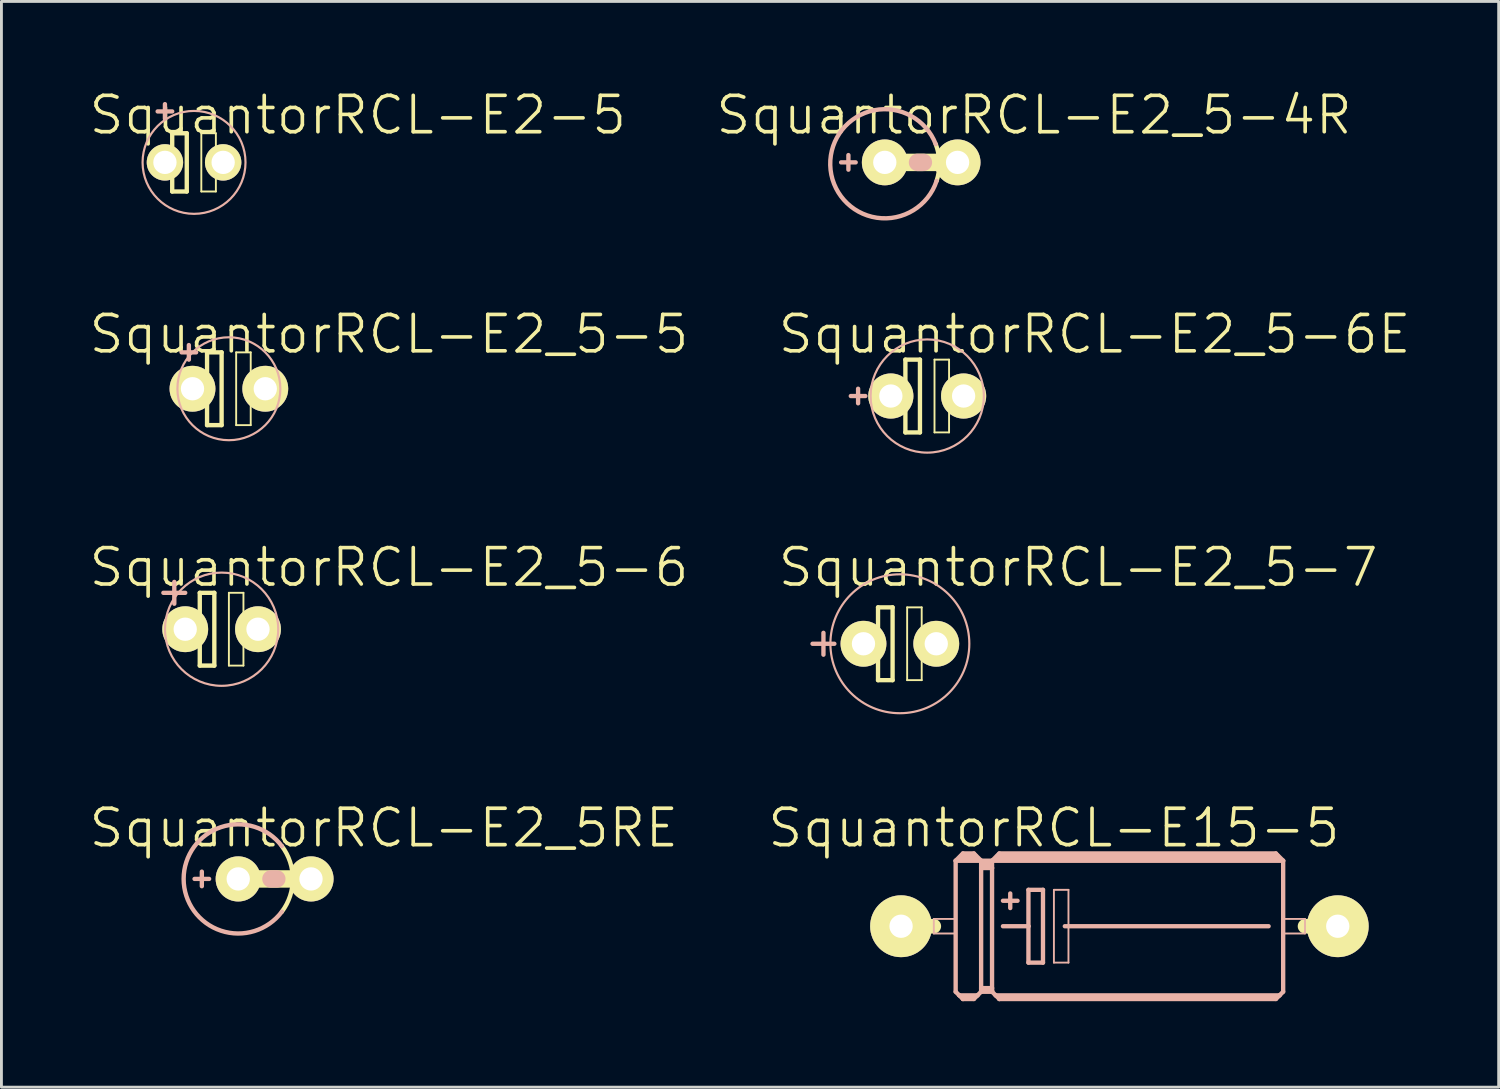
<source format=kicad_pcb>
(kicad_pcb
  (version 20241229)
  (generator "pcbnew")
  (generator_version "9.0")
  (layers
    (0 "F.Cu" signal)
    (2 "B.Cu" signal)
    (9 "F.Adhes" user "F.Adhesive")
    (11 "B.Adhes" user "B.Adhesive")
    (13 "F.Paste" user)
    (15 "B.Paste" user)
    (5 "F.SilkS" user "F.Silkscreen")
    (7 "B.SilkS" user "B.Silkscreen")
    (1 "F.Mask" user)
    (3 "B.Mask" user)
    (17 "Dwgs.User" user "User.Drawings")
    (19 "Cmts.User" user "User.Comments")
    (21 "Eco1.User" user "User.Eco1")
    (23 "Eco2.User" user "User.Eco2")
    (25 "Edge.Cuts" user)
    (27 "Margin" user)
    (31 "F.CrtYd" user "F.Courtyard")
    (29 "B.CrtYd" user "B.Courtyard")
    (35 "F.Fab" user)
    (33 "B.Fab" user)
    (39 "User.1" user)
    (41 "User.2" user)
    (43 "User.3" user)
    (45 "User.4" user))
  (footprint "SquantorRCL-E2_5-6E"
    (layer "F.Cu")
    (at 29.31 10.771)
    (property "Reference" "SquantorRCL-E2_5-6E" (at 5.842 -2.159 0) (layer "F.SilkS") (effects (font (size 1.27 1.27) (thickness 0.127))))
    (attr exclude_from_pos_files exclude_from_bom)
    (fp_line (start -1.651 0) (end -0.762 0) (stroke (width 0.152) (type solid)) (layer "F.SilkS"))
    (fp_line (start -0.762 -1.27) (end -0.762 0) (stroke (width 0.152) (type solid)) (layer "F.SilkS"))
    (fp_line (start -0.762 0) (end -0.762 1.27) (stroke (width 0.152) (type solid)) (layer "F.SilkS"))
    (fp_line (start -0.762 1.27) (end -0.254 1.27) (stroke (width 0.152) (type solid)) (layer "F.SilkS"))
    (fp_line (start -0.254 -1.27) (end -0.762 -1.27) (stroke (width 0.152) (type solid)) (layer "F.SilkS"))
    (fp_line (start -0.254 1.27) (end -0.254 -1.27) (stroke (width 0.152) (type solid)) (layer "F.SilkS"))
    (fp_line (start 0.254 -1.27) (end 0.762 -1.27) (stroke (width 0.066) (type solid)) (layer "F.SilkS"))
    (fp_line (start 0.254 1.27) (end 0.254 -1.27) (stroke (width 0.066) (type solid)) (layer "F.SilkS"))
    (fp_line (start 0.254 1.27) (end 0.762 1.27) (stroke (width 0.066) (type solid)) (layer "F.SilkS"))
    (fp_line (start 0.635 0) (end 1.651 0) (stroke (width 0.152) (type solid)) (layer "F.SilkS"))
    (fp_line (start 0.762 1.27) (end 0.762 -1.27) (stroke (width 0.066) (type solid)) (layer "F.SilkS"))
    (fp_line (start -2.413 0.254) (end -2.413 -0.254) (stroke (width 0.152) (type solid)) (layer "B.SilkS"))
    (fp_line (start -2.159 0) (end -2.667 0) (stroke (width 0.152) (type solid)) (layer "B.SilkS"))
    (fp_circle (center 0 0) (end -1.397 1.397) (stroke (width 0.076) (type solid)) (fill no) (layer "B.SilkS"))
    (pad "+" thru_hole circle (at -1.27 0) (size 1.575 1.575) (drill 0.813) (layers "*.Cu" "F.Mask" "F.SilkS" "F.Paste"))
    (pad "-" thru_hole circle (at 1.27 0) (size 1.575 1.575) (drill 0.813) (layers "*.Cu" "F.Mask" "F.SilkS" "F.Paste")))
  (footprint "SquantorRCL-E2_5RE"
    (layer "F.Cu")
    (at 6.534 27.624)
    (property "Reference" "SquantorRCL-E2_5RE" (at 3.81 -1.778 0) (layer "F.SilkS") (effects (font (size 1.27 1.27) (thickness 0.127))))
    (attr exclude_from_pos_files exclude_from_bom)
    (fp_line (start 1.27 0) (end -1.27 0) (stroke (width 0.61) (type solid)) (layer "F.SilkS"))
    (fp_arc (start 0.254 -1.143) (mid 0.635 -0.000662) (end 0.254794 1.141941) (stroke (width 0.1524) (type solid)) (layer "F.SilkS"))
    (fp_line (start -2.794 0) (end -2.286 0) (stroke (width 0.152) (type solid)) (layer "B.SilkS"))
    (fp_line (start -2.54 0.254) (end -2.54 -0.254) (stroke (width 0.152) (type solid)) (layer "B.SilkS"))
    (fp_line (start -0.127 0) (end 0.076 0) (stroke (width 0.61) (type solid)) (layer "B.SilkS"))
    (fp_arc (start 0.254 1.143) (mid -3.175 0.001001) (end 0.252798 -1.144601) (stroke (width 0.1524) (type solid)) (layer "B.SilkS"))
    (pad "+" thru_hole circle (at -1.27 0) (size 1.575 1.575) (drill 0.813) (layers "*.Cu" "F.Mask" "F.SilkS" "F.Paste"))
    (pad "-" thru_hole circle (at 1.27 0) (size 1.575 1.575) (drill 0.813) (layers "*.Cu" "F.Mask" "F.SilkS" "F.Paste")))
  (footprint "SquantorRCL-E2-5"
    (layer "F.Cu")
    (at 3.722 2.617)
    (property "Reference" "SquantorRCL-E2-5" (at 5.715 -1.651 0) (layer "F.SilkS") (effects (font (size 1.27 1.27) (thickness 0.127))))
    (attr exclude_from_pos_files exclude_from_bom)
    (fp_line (start -1.524 0) (end -0.762 0) (stroke (width 0.152) (type solid)) (layer "F.SilkS"))
    (fp_line (start -0.762 -1.016) (end -0.762 0) (stroke (width 0.152) (type solid)) (layer "F.SilkS"))
    (fp_line (start -0.762 0) (end -0.762 1.016) (stroke (width 0.152) (type solid)) (layer "F.SilkS"))
    (fp_line (start -0.762 1.016) (end -0.254 1.016) (stroke (width 0.152) (type solid)) (layer "F.SilkS"))
    (fp_line (start -0.254 -1.016) (end -0.762 -1.016) (stroke (width 0.152) (type solid)) (layer "F.SilkS"))
    (fp_line (start -0.254 1.016) (end -0.254 -1.016) (stroke (width 0.152) (type solid)) (layer "F.SilkS"))
    (fp_line (start 0.254 -1.016) (end 0.762 -1.016) (stroke (width 0.066) (type solid)) (layer "F.SilkS"))
    (fp_line (start 0.254 1.016) (end 0.254 -1.016) (stroke (width 0.066) (type solid)) (layer "F.SilkS"))
    (fp_line (start 0.254 1.016) (end 0.762 1.016) (stroke (width 0.066) (type solid)) (layer "F.SilkS"))
    (fp_line (start 0.635 0) (end 1.524 0) (stroke (width 0.152) (type solid)) (layer "F.SilkS"))
    (fp_line (start 0.762 1.016) (end 0.762 -1.016) (stroke (width 0.066) (type solid)) (layer "F.SilkS"))
    (fp_line (start -1.27 -1.778) (end -0.762 -1.778) (stroke (width 0.152) (type solid)) (layer "B.SilkS"))
    (fp_line (start -1.016 -1.524) (end -1.016 -2.032) (stroke (width 0.152) (type solid)) (layer "B.SilkS"))
    (fp_circle (center 0 0) (end -1.27 1.27) (stroke (width 0.076) (type solid)) (fill no) (layer "B.SilkS"))
    (pad "+" thru_hole circle (at -1.016 0) (size 1.27 1.27) (drill 0.813) (layers "*.Cu" "F.Mask" "F.SilkS" "F.Paste"))
    (pad "-" thru_hole circle (at 1.016 0) (size 1.27 1.27) (drill 0.813) (layers "*.Cu" "F.Mask" "F.SilkS" "F.Paste")))
  (footprint "SquantorRCL-E15-5"
    (layer "F.Cu")
    (at 36.017 29.275)
    (property "Reference" "SquantorRCL-E15-5" (at -2.286 -3.429 0) (layer "F.SilkS") (effects (font (size 1.27 1.27) (thickness 0.127))))
    (attr exclude_from_pos_files exclude_from_bom)
    (fp_line (start -7.62 0) (end -6.477 0) (stroke (width 0.508) (type solid)) (layer "F.SilkS"))
    (fp_line (start 7.62 0) (end 6.477 0) (stroke (width 0.508) (type solid)) (layer "F.SilkS"))
    (fp_line (start -6.477 -0.254) (end -5.715 -0.254) (stroke (width 0.066) (type solid)) (layer "B.SilkS"))
    (fp_line (start -6.477 0.254) (end -6.477 -0.254) (stroke (width 0.066) (type solid)) (layer "B.SilkS"))
    (fp_line (start -6.477 0.254) (end -5.715 0.254) (stroke (width 0.066) (type solid)) (layer "B.SilkS"))
    (fp_line (start -5.715 -2.286) (end -4.826 -2.286) (stroke (width 0.152) (type solid)) (layer "B.SilkS"))
    (fp_line (start -5.715 0.254) (end -5.715 -0.254) (stroke (width 0.066) (type solid)) (layer "B.SilkS"))
    (fp_line (start -5.715 2.286) (end -5.715 -2.286) (stroke (width 0.152) (type solid)) (layer "B.SilkS"))
    (fp_line (start -5.715 2.286) (end -5.588 2.413) (stroke (width 0.152) (type solid)) (layer "B.SilkS"))
    (fp_line (start -5.588 2.413) (end -5.461 2.54) (stroke (width 0.152) (type solid)) (layer "B.SilkS"))
    (fp_line (start -5.588 2.413) (end -4.953 2.413) (stroke (width 0.152) (type solid)) (layer "B.SilkS"))
    (fp_line (start -5.461 -2.54) (end -5.715 -2.286) (stroke (width 0.152) (type solid)) (layer "B.SilkS"))
    (fp_line (start -5.461 -2.54) (end -5.08 -2.54) (stroke (width 0.152) (type solid)) (layer "B.SilkS"))
    (fp_line (start -5.461 -2.413) (end -5.08 -2.413) (stroke (width 0.305) (type solid)) (layer "B.SilkS"))
    (fp_line (start -5.461 2.489) (end -5.461 2.54) (stroke (width 0.152) (type solid)) (layer "B.SilkS"))
    (fp_line (start -5.461 2.54) (end -5.08 2.54) (stroke (width 0.152) (type solid)) (layer "B.SilkS"))
    (fp_line (start -5.08 -2.54) (end -4.826 -2.286) (stroke (width 0.152) (type solid)) (layer "B.SilkS"))
    (fp_line (start -5.08 2.489) (end -5.461 2.489) (stroke (width 0.152) (type solid)) (layer "B.SilkS"))
    (fp_line (start -5.08 2.54) (end -4.953 2.413) (stroke (width 0.152) (type solid)) (layer "B.SilkS"))
    (fp_line (start -4.953 2.413) (end -4.826 2.286) (stroke (width 0.152) (type solid)) (layer "B.SilkS"))
    (fp_line (start -4.826 -2.286) (end -4.826 -2.032) (stroke (width 0.152) (type solid)) (layer "B.SilkS"))
    (fp_line (start -4.826 -2.286) (end -4.445 -2.286) (stroke (width 0.152) (type solid)) (layer "B.SilkS"))
    (fp_line (start -4.826 -2.032) (end -4.826 2.159) (stroke (width 0.152) (type solid)) (layer "B.SilkS"))
    (fp_line (start -4.826 -2.032) (end -4.445 -2.032) (stroke (width 0.152) (type solid)) (layer "B.SilkS"))
    (fp_line (start -4.826 2.159) (end -4.826 2.235) (stroke (width 0.152) (type solid)) (layer "B.SilkS"))
    (fp_line (start -4.826 2.159) (end -4.445 2.159) (stroke (width 0.152) (type solid)) (layer "B.SilkS"))
    (fp_line (start -4.826 2.235) (end -4.826 2.286) (stroke (width 0.152) (type solid)) (layer "B.SilkS"))
    (fp_line (start -4.826 2.286) (end -4.445 2.286) (stroke (width 0.152) (type solid)) (layer "B.SilkS"))
    (fp_line (start -4.699 -2.159) (end -4.572 -2.159) (stroke (width 0.305) (type solid)) (layer "B.SilkS"))
    (fp_line (start -4.445 -2.286) (end -4.445 -2.032) (stroke (width 0.152) (type solid)) (layer "B.SilkS"))
    (fp_line (start -4.445 -2.286) (end -4.191 -2.54) (stroke (width 0.152) (type solid)) (layer "B.SilkS"))
    (fp_line (start -4.445 -2.286) (end 5.715 -2.286) (stroke (width 0.152) (type solid)) (layer "B.SilkS"))
    (fp_line (start -4.445 -2.032) (end -4.445 2.159) (stroke (width 0.152) (type solid)) (layer "B.SilkS"))
    (fp_line (start -4.445 2.159) (end -4.445 2.235) (stroke (width 0.152) (type solid)) (layer "B.SilkS"))
    (fp_line (start -4.445 2.235) (end -4.826 2.235) (stroke (width 0.152) (type solid)) (layer "B.SilkS"))
    (fp_line (start -4.445 2.235) (end -4.445 2.286) (stroke (width 0.152) (type solid)) (layer "B.SilkS"))
    (fp_line (start -4.445 2.286) (end -4.318 2.413) (stroke (width 0.152) (type solid)) (layer "B.SilkS"))
    (fp_line (start -4.318 2.413) (end -4.191 2.54) (stroke (width 0.152) (type solid)) (layer "B.SilkS"))
    (fp_line (start -4.318 2.413) (end 5.588 2.413) (stroke (width 0.152) (type solid)) (layer "B.SilkS"))
    (fp_line (start -4.191 -2.54) (end 5.461 -2.54) (stroke (width 0.152) (type solid)) (layer "B.SilkS"))
    (fp_line (start -4.191 -2.413) (end 5.461 -2.413) (stroke (width 0.305) (type solid)) (layer "B.SilkS"))
    (fp_line (start -4.191 2.489) (end -4.191 2.54) (stroke (width 0.152) (type solid)) (layer "B.SilkS"))
    (fp_line (start -4.191 2.54) (end 5.461 2.54) (stroke (width 0.152) (type solid)) (layer "B.SilkS"))
    (fp_line (start -4.064 -0.889) (end -3.556 -0.889) (stroke (width 0.152) (type solid)) (layer "B.SilkS"))
    (fp_line (start -4.064 0) (end -3.175 0) (stroke (width 0.152) (type solid)) (layer "B.SilkS"))
    (fp_line (start -3.81 -1.143) (end -3.81 -0.635) (stroke (width 0.152) (type solid)) (layer "B.SilkS"))
    (fp_line (start -3.175 -1.27) (end -3.175 0) (stroke (width 0.152) (type solid)) (layer "B.SilkS"))
    (fp_line (start -3.175 0) (end -3.175 1.27) (stroke (width 0.152) (type solid)) (layer "B.SilkS"))
    (fp_line (start -3.175 1.27) (end -2.667 1.27) (stroke (width 0.152) (type solid)) (layer "B.SilkS"))
    (fp_line (start -2.667 -1.27) (end -3.175 -1.27) (stroke (width 0.152) (type solid)) (layer "B.SilkS"))
    (fp_line (start -2.667 1.27) (end -2.667 -1.27) (stroke (width 0.152) (type solid)) (layer "B.SilkS"))
    (fp_line (start -2.286 -1.27) (end -1.778 -1.27) (stroke (width 0.066) (type solid)) (layer "B.SilkS"))
    (fp_line (start -2.286 1.27) (end -2.286 -1.27) (stroke (width 0.066) (type solid)) (layer "B.SilkS"))
    (fp_line (start -2.286 1.27) (end -1.778 1.27) (stroke (width 0.066) (type solid)) (layer "B.SilkS"))
    (fp_line (start -1.905 0) (end 5.207 0) (stroke (width 0.152) (type solid)) (layer "B.SilkS"))
    (fp_line (start -1.778 1.27) (end -1.778 -1.27) (stroke (width 0.066) (type solid)) (layer "B.SilkS"))
    (fp_line (start 5.461 2.489) (end -4.191 2.489) (stroke (width 0.152) (type solid)) (layer "B.SilkS"))
    (fp_line (start 5.588 2.413) (end 5.461 2.54) (stroke (width 0.152) (type solid)) (layer "B.SilkS"))
    (fp_line (start 5.715 -2.286) (end 5.461 -2.54) (stroke (width 0.152) (type solid)) (layer "B.SilkS"))
    (fp_line (start 5.715 -2.286) (end 5.715 2.286) (stroke (width 0.152) (type solid)) (layer "B.SilkS"))
    (fp_line (start 5.715 -0.254) (end 6.477 -0.254) (stroke (width 0.066) (type solid)) (layer "B.SilkS"))
    (fp_line (start 5.715 0.254) (end 5.715 -0.254) (stroke (width 0.066) (type solid)) (layer "B.SilkS"))
    (fp_line (start 5.715 0.254) (end 6.477 0.254) (stroke (width 0.066) (type solid)) (layer "B.SilkS"))
    (fp_line (start 5.715 2.286) (end 5.588 2.413) (stroke (width 0.152) (type solid)) (layer "B.SilkS"))
    (fp_line (start 6.477 0.254) (end 6.477 -0.254) (stroke (width 0.066) (type solid)) (layer "B.SilkS"))
    (pad "+" thru_hole circle (at -7.62 0) (size 2.159 2.159) (drill 0.813) (layers "*.Cu" "F.Mask" "F.SilkS" "F.Paste"))
    (pad "-" thru_hole circle (at 7.62 0) (size 2.159 2.159) (drill 0.813) (layers "*.Cu" "F.Mask" "F.SilkS" "F.Paste")))
  (footprint "SquantorRCL-E2_5-4R"
    (layer "F.Cu")
    (at 29.099 2.617)
    (property "Reference" "SquantorRCL-E2_5-4R" (at 3.937 -1.651 0) (layer "F.SilkS") (effects (font (size 1.27 1.27) (thickness 0.127))))
    (attr exclude_from_pos_files exclude_from_bom)
    (fp_line (start 1.27 0) (end -1.27 0) (stroke (width 0.61) (type solid)) (layer "F.SilkS"))
    (fp_arc (start 0.508 -0.635) (mid 0.634179 0.001023) (end 0.539692 0.64252) (stroke (width 0.1524) (type solid)) (layer "F.SilkS"))
    (fp_line (start -2.794 0) (end -2.286 0) (stroke (width 0.152) (type solid)) (layer "B.SilkS"))
    (fp_line (start -2.54 0.254) (end -2.54 -0.254) (stroke (width 0.152) (type solid)) (layer "B.SilkS"))
    (fp_line (start -0.127 0) (end 0.076 0) (stroke (width 0.61) (type solid)) (layer "B.SilkS"))
    (fp_arc (start 0.53848 0.64516) (mid -3.173884 0.094265) (end 0.50754 -0.635291) (stroke (width 0.1524) (type solid)) (layer "B.SilkS"))
    (pad "+" thru_hole circle (at -1.27 0) (size 1.6 1.6) (drill 0.813) (layers "*.Cu" "F.Mask" "F.SilkS" "F.Paste"))
    (pad "-" thru_hole circle (at 1.27 0) (size 1.6 1.6) (drill 0.813) (layers "*.Cu" "F.Mask" "F.SilkS" "F.Paste")))
  (footprint "SquantorRCL-E2_5-7"
    (layer "F.Cu")
    (at 28.355 19.417)
    (property "Reference" "SquantorRCL-E2_5-7" (at 6.223 -2.667 0) (layer "F.SilkS") (effects (font (size 1.27 1.27) (thickness 0.127))))
    (attr exclude_from_pos_files exclude_from_bom)
    (fp_line (start -1.651 0) (end -0.762 0) (stroke (width 0.152) (type solid)) (layer "F.SilkS"))
    (fp_line (start -0.762 -1.27) (end -0.762 0) (stroke (width 0.152) (type solid)) (layer "F.SilkS"))
    (fp_line (start -0.762 0) (end -0.762 1.27) (stroke (width 0.152) (type solid)) (layer "F.SilkS"))
    (fp_line (start -0.762 1.27) (end -0.254 1.27) (stroke (width 0.152) (type solid)) (layer "F.SilkS"))
    (fp_line (start -0.254 -1.27) (end -0.762 -1.27) (stroke (width 0.152) (type solid)) (layer "F.SilkS"))
    (fp_line (start -0.254 1.27) (end -0.254 -1.27) (stroke (width 0.152) (type solid)) (layer "F.SilkS"))
    (fp_line (start 0.254 -1.27) (end 0.762 -1.27) (stroke (width 0.066) (type solid)) (layer "F.SilkS"))
    (fp_line (start 0.254 1.27) (end 0.254 -1.27) (stroke (width 0.066) (type solid)) (layer "F.SilkS"))
    (fp_line (start 0.254 1.27) (end 0.762 1.27) (stroke (width 0.066) (type solid)) (layer "F.SilkS"))
    (fp_line (start 0.635 0) (end 1.651 0) (stroke (width 0.152) (type solid)) (layer "F.SilkS"))
    (fp_line (start 0.762 1.27) (end 0.762 -1.27) (stroke (width 0.066) (type solid)) (layer "F.SilkS"))
    (fp_line (start -3.048 0) (end -2.286 0) (stroke (width 0.152) (type solid)) (layer "B.SilkS"))
    (fp_line (start -2.667 0.381) (end -2.667 -0.381) (stroke (width 0.152) (type solid)) (layer "B.SilkS"))
    (fp_circle (center 0 0) (end -1.714 1.714) (stroke (width 0.076) (type solid)) (fill no) (layer "B.SilkS"))
    (pad "+" thru_hole circle (at -1.27 0) (size 1.6 1.6) (drill 0.813) (layers "*.Cu" "F.Mask" "F.SilkS" "F.Paste"))
    (pad "-" thru_hole circle (at 1.27 0) (size 1.6 1.6) (drill 0.813) (layers "*.Cu" "F.Mask" "F.SilkS" "F.Paste")))
  (footprint "SquantorRCL-E2_5-6"
    (layer "F.Cu")
    (at 4.684 18.909)
    (property "Reference" "SquantorRCL-E2_5-6" (at 5.842 -2.159 0) (layer "F.SilkS") (effects (font (size 1.27 1.27) (thickness 0.127))))
    (attr exclude_from_pos_files exclude_from_bom)
    (fp_line (start -1.651 0) (end -0.762 0) (stroke (width 0.152) (type solid)) (layer "F.SilkS"))
    (fp_line (start -0.762 -1.27) (end -0.762 0) (stroke (width 0.152) (type solid)) (layer "F.SilkS"))
    (fp_line (start -0.762 0) (end -0.762 1.27) (stroke (width 0.152) (type solid)) (layer "F.SilkS"))
    (fp_line (start -0.762 1.27) (end -0.254 1.27) (stroke (width 0.152) (type solid)) (layer "F.SilkS"))
    (fp_line (start -0.254 -1.27) (end -0.762 -1.27) (stroke (width 0.152) (type solid)) (layer "F.SilkS"))
    (fp_line (start -0.254 1.27) (end -0.254 -1.27) (stroke (width 0.152) (type solid)) (layer "F.SilkS"))
    (fp_line (start 0.254 -1.27) (end 0.762 -1.27) (stroke (width 0.066) (type solid)) (layer "F.SilkS"))
    (fp_line (start 0.254 1.27) (end 0.254 -1.27) (stroke (width 0.066) (type solid)) (layer "F.SilkS"))
    (fp_line (start 0.254 1.27) (end 0.762 1.27) (stroke (width 0.066) (type solid)) (layer "F.SilkS"))
    (fp_line (start 0.635 0) (end 1.651 0) (stroke (width 0.152) (type solid)) (layer "F.SilkS"))
    (fp_line (start 0.762 1.27) (end 0.762 -1.27) (stroke (width 0.066) (type solid)) (layer "F.SilkS"))
    (fp_line (start -2.032 -1.27) (end -1.651 -1.27) (stroke (width 0.152) (type solid)) (layer "B.SilkS"))
    (fp_line (start -1.651 -1.27) (end -1.651 -1.651) (stroke (width 0.152) (type solid)) (layer "B.SilkS"))
    (fp_line (start -1.651 -1.27) (end -1.27 -1.27) (stroke (width 0.152) (type solid)) (layer "B.SilkS"))
    (fp_line (start -1.651 -0.889) (end -1.651 -1.27) (stroke (width 0.152) (type solid)) (layer "B.SilkS"))
    (fp_circle (center 0 0) (end -1.397 1.397) (stroke (width 0.076) (type solid)) (fill no) (layer "B.SilkS"))
    (pad "+" thru_hole circle (at -1.27 0) (size 1.6 1.6) (drill 0.813) (layers "*.Cu" "F.Mask" "F.SilkS" "F.Paste"))
    (pad "-" thru_hole circle (at 1.27 0) (size 1.6 1.6) (drill 0.813) (layers "*.Cu" "F.Mask" "F.SilkS" "F.Paste")))
  (footprint "SquantorRCL-E2_5-5"
    (layer "F.Cu")
    (at 4.938 10.517)
    (property "Reference" "SquantorRCL-E2_5-5" (at 5.588 -1.905 0) (layer "F.SilkS") (effects (font (size 1.27 1.27) (thickness 0.127))))
    (attr exclude_from_pos_files exclude_from_bom)
    (fp_line (start -1.651 0) (end -0.762 0) (stroke (width 0.152) (type solid)) (layer "F.SilkS"))
    (fp_line (start -0.762 -1.27) (end -0.762 0) (stroke (width 0.152) (type solid)) (layer "F.SilkS"))
    (fp_line (start -0.762 0) (end -0.762 1.27) (stroke (width 0.152) (type solid)) (layer "F.SilkS"))
    (fp_line (start -0.762 1.27) (end -0.254 1.27) (stroke (width 0.152) (type solid)) (layer "F.SilkS"))
    (fp_line (start -0.254 -1.27) (end -0.762 -1.27) (stroke (width 0.152) (type solid)) (layer "F.SilkS"))
    (fp_line (start -0.254 1.27) (end -0.254 -1.27) (stroke (width 0.152) (type solid)) (layer "F.SilkS"))
    (fp_line (start 0.254 -1.27) (end 0.762 -1.27) (stroke (width 0.066) (type solid)) (layer "F.SilkS"))
    (fp_line (start 0.254 1.27) (end 0.254 -1.27) (stroke (width 0.066) (type solid)) (layer "F.SilkS"))
    (fp_line (start 0.254 1.27) (end 0.762 1.27) (stroke (width 0.066) (type solid)) (layer "F.SilkS"))
    (fp_line (start 0.635 0) (end 1.651 0) (stroke (width 0.152) (type solid)) (layer "F.SilkS"))
    (fp_line (start 0.762 1.27) (end 0.762 -1.27) (stroke (width 0.066) (type solid)) (layer "F.SilkS"))
    (fp_line (start -1.651 -1.27) (end -1.397 -1.27) (stroke (width 0.152) (type solid)) (layer "B.SilkS"))
    (fp_line (start -1.397 -1.27) (end -1.397 -1.524) (stroke (width 0.152) (type solid)) (layer "B.SilkS"))
    (fp_line (start -1.397 -1.27) (end -1.143 -1.27) (stroke (width 0.152) (type solid)) (layer "B.SilkS"))
    (fp_line (start -1.397 -1.016) (end -1.397 -1.27) (stroke (width 0.152) (type solid)) (layer "B.SilkS"))
    (fp_circle (center 0 0) (end -1.27 1.27) (stroke (width 0.076) (type solid)) (fill no) (layer "B.SilkS"))
    (pad "+" thru_hole circle (at -1.27 0) (size 1.6 1.6) (drill 0.813) (layers "*.Cu" "F.Mask" "F.SilkS" "F.Paste"))
    (pad "-" thru_hole circle (at 1.27 0) (size 1.6 1.6) (drill 0.813) (layers "*.Cu" "F.Mask" "F.SilkS" "F.Paste")))
  (gr_rect
    (start -3 -3)
    (end 49.253 34.891)
    (stroke (width 0.1) (type default))
    (fill no)
    (layer "Edge.Cuts")))
</source>
